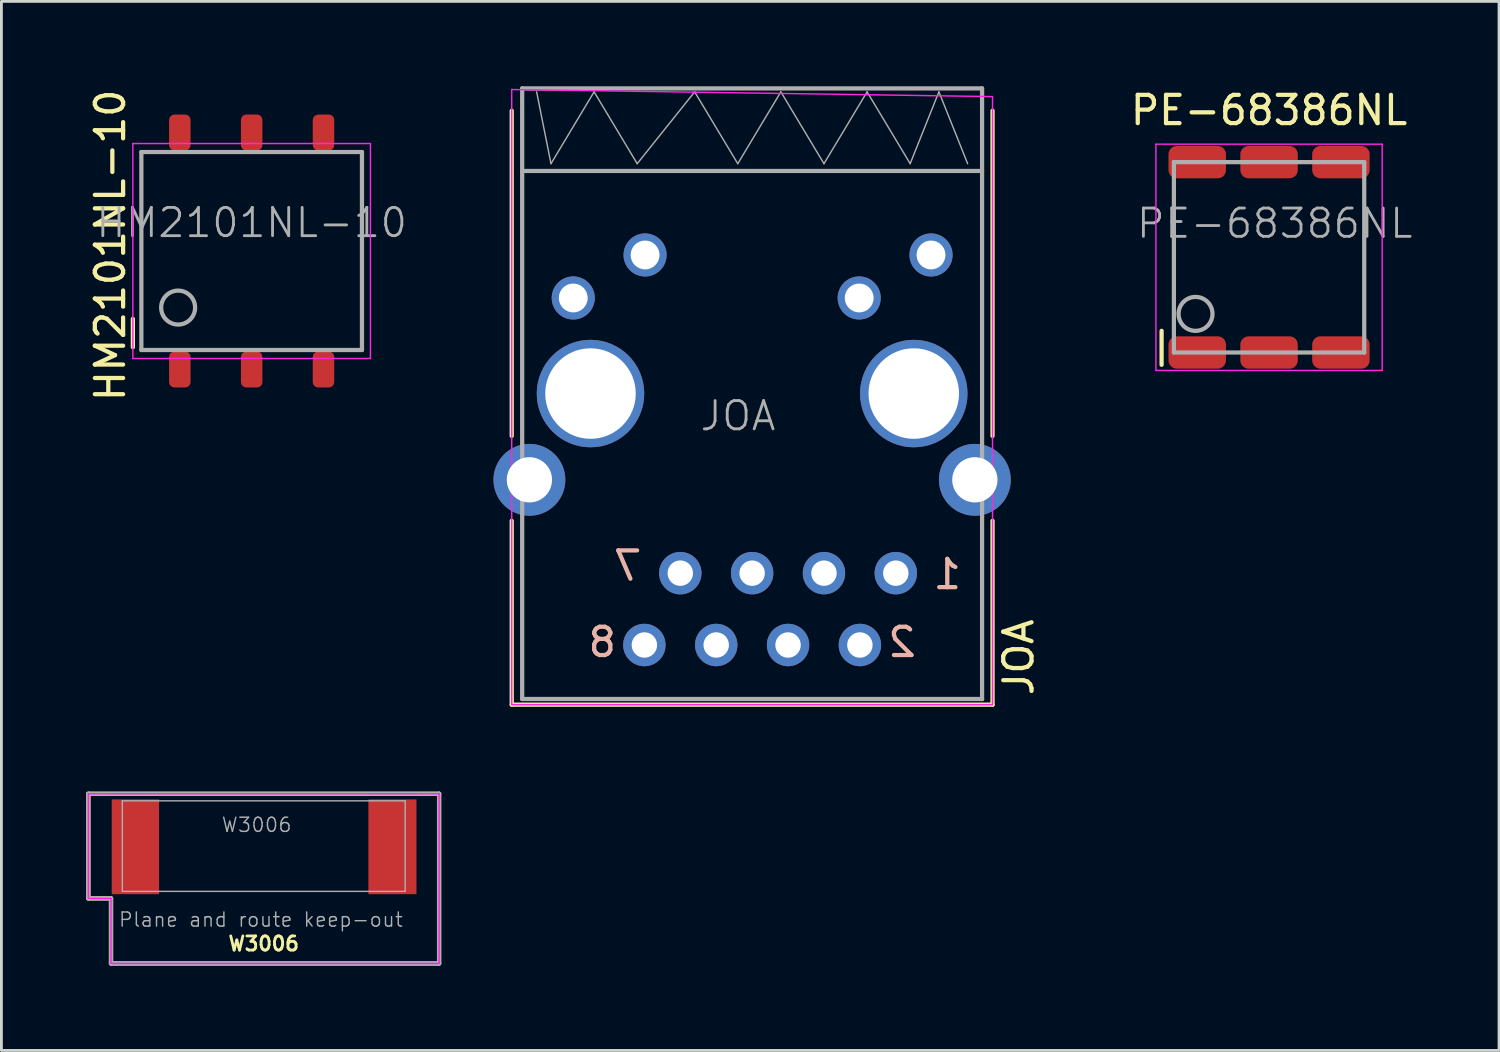
<source format=kicad_pcb>
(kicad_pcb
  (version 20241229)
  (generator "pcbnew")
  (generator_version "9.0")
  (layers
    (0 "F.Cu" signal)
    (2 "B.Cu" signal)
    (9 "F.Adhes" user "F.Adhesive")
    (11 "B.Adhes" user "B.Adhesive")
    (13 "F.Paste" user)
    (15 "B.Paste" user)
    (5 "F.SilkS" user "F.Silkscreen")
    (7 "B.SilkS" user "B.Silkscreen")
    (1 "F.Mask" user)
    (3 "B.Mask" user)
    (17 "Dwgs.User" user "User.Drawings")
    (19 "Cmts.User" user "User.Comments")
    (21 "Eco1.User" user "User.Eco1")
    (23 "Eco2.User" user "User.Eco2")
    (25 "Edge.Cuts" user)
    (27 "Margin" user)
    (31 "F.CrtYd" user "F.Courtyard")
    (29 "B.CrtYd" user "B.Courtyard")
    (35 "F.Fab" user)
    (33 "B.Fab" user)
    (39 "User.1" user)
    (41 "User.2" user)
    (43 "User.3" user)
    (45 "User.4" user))
  (footprint "HM2101NL-10"
    (layer "F.Cu")
    (at 5.848 5.825)
    (property "Reference" "HM2101NL-10" (at -5 -0.2 270) (layer "F.SilkS") (effects (font (size 1 1) (thickness 0.15))))
    (attr smd)
    (fp_line (start -4.2 3.4) (end -4.2 2.4) (stroke (width 0.15) (type solid)) (layer "F.SilkS"))
    (fp_line (start -4.2 3.8) (end -4.2 -3.8) (stroke (width 0.05) (type solid)) (layer "F.CrtYd"))
    (fp_line (start 4.2 -3.8) (end -4.2 -3.8) (stroke (width 0.05) (type solid)) (layer "F.CrtYd"))
    (fp_line (start 4.2 3.8) (end -4.2 3.8) (stroke (width 0.05) (type solid)) (layer "F.CrtYd"))
    (fp_line (start 4.2 3.8) (end 4.2 -3.8) (stroke (width 0.05) (type solid)) (layer "F.CrtYd"))
    (fp_line (start -3.9 -3.5) (end -3.9 3.5) (stroke (width 0.15) (type solid)) (layer "F.Fab"))
    (fp_line (start 3.9 -3.5) (end -3.9 -3.5) (stroke (width 0.15) (type solid)) (layer "F.Fab"))
    (fp_line (start 3.9 -3.5) (end 3.9 3.5) (stroke (width 0.15) (type solid)) (layer "F.Fab"))
    (fp_line (start 3.9 3.5) (end -3.9 3.5) (stroke (width 0.15) (type solid)) (layer "F.Fab"))
    (fp_circle (center -2.6 2) (end -3.2 2) (stroke (width 0.15) (type solid)) (fill no) (layer "F.Fab"))
    (fp_text user "${REFERENCE}" (at 0 -1 0) (layer "F.Fab") (effects (font (size 1 1) (thickness 0.1))))
    (pad "1" smd roundrect (at -2.54 4.19) (size 0.76 1.27) (layers "F.Cu" "F.Mask" "F.Paste") (roundrect_rratio 0.25))
    (pad "2" smd roundrect (at 0 4.19) (size 0.76 1.27) (layers "F.Cu" "F.Mask" "F.Paste") (roundrect_rratio 0.25))
    (pad "3" smd roundrect (at 2.54 4.19) (size 0.76 1.27) (layers "F.Cu" "F.Mask" "F.Paste") (roundrect_rratio 0.25))
    (pad "4" smd roundrect (at 2.54 -4.19) (size 0.76 1.27) (layers "F.Cu" "F.Mask" "F.Paste") (roundrect_rratio 0.25))
    (pad "5" smd roundrect (at 0 -4.19) (size 0.76 1.27) (layers "F.Cu" "F.Mask" "F.Paste") (roundrect_rratio 0.25))
    (pad "6" smd roundrect (at -2.54 -4.19) (size 0.76 1.27) (layers "F.Cu" "F.Mask" "F.Paste") (roundrect_rratio 0.25)))
  (footprint "W3006"
    (layer "F.Cu")
    (at 6.275 26.865)
    (property "Reference" "W3006" (at 0 3.45 0) (layer "F.SilkS") (effects (font (size 0.5 0.5) (thickness 0.1))))
    (attr smd)
    (fp_line (start -6.2 -1.85) (end -6.2 1.85) (stroke (width 0.15) (type solid)) (layer "F.SilkS"))
    (fp_line (start -6.2 1.85) (end -5.4 1.85) (stroke (width 0.15) (type solid)) (layer "F.SilkS"))
    (fp_line (start -5.4 1.85) (end -5.4 4.15) (stroke (width 0.15) (type solid)) (layer "F.SilkS"))
    (fp_line (start -5.4 4.15) (end 6.2 4.15) (stroke (width 0.15) (type solid)) (layer "F.SilkS"))
    (fp_line (start 6.2 -1.85) (end -6.2 -1.85) (stroke (width 0.15) (type solid)) (layer "F.SilkS"))
    (fp_line (start 6.2 4.15) (end 6.2 -1.85) (stroke (width 0.15) (type solid)) (layer "F.SilkS"))
    (fp_line (start -6.2 -1.85) (end 6.2 -1.85) (stroke (width 0.05) (type solid)) (layer "F.CrtYd"))
    (fp_line (start -6.2 1.85) (end -6.2 -1.85) (stroke (width 0.05) (type solid)) (layer "F.CrtYd"))
    (fp_line (start -6.15 1.85) (end -5.4 1.85) (stroke (width 0.05) (type solid)) (layer "F.CrtYd"))
    (fp_line (start -5.4 1.85) (end -5.4 4.15) (stroke (width 0.05) (type solid)) (layer "F.CrtYd"))
    (fp_line (start 6.2 -1.85) (end 6.2 4.15) (stroke (width 0.05) (type solid)) (layer "F.CrtYd"))
    (fp_line (start 6.2 4.15) (end -5.4 4.15) (stroke (width 0.05) (type solid)) (layer "F.CrtYd"))
    (fp_line (start -6.2 -1.85) (end -6.2 1.85) (stroke (width 0.15) (type solid)) (layer "F.Fab"))
    (fp_line (start -6.2 -1.85) (end 6.2 -1.85) (stroke (width 0.15) (type solid)) (layer "F.Fab"))
    (fp_line (start -6.2 1.85) (end -5.4 1.85) (stroke (width 0.15) (type solid)) (layer "F.Fab"))
    (fp_line (start -5.4 4.15) (end -5.4 1.85) (stroke (width 0.15) (type solid)) (layer "F.Fab"))
    (fp_line (start -5 -1.6) (end -5 1.6) (stroke (width 0.05) (type solid)) (layer "F.Fab"))
    (fp_line (start -5 1.6) (end 5 1.6) (stroke (width 0.05) (type solid)) (layer "F.Fab"))
    (fp_line (start 5 -1.6) (end -5 -1.6) (stroke (width 0.05) (type solid)) (layer "F.Fab"))
    (fp_line (start 5 1.6) (end 5 -1.6) (stroke (width 0.05) (type solid)) (layer "F.Fab"))
    (fp_line (start 6.2 -1.85) (end 6.2 4.15) (stroke (width 0.15) (type solid)) (layer "F.Fab"))
    (fp_line (start 6.2 4.15) (end -5.4 4.15) (stroke (width 0.15) (type solid)) (layer "F.Fab"))
    (fp_text user "Plane and route keep-out" (at -0.1 2.6 0) (layer "F.Fab") (effects (font (size 0.5 0.5) (thickness 0.05))))
    (fp_text user "${REFERENCE}" (at -0.25 -0.75 0) (layer "F.Fab") (effects (font (size 0.5 0.5) (thickness 0.05))))
    (pad "1" smd rect (at -4.537 0.025) (size 1.675 3.35) (layers "F.Cu" "F.Mask" "F.Paste"))
    (pad "2" smd rect (at 4.55 0.025 180) (size 1.7 3.35) (layers "F.Cu" "F.Mask" "F.Paste")))
  (footprint "JOA"
    (layer "F.Cu")
    (at 23.543 10.865)
    (property "Reference" "JOA" (at 9.423 9.324 90) (layer "F.SilkS") (effects (font (size 1 1) (thickness 0.15))))
    (attr through_hole)
    (fp_line (start -8.5 1.5) (end -8.5 -10) (stroke (width 0.15) (type solid)) (layer "F.SilkS"))
    (fp_line (start -8.5 11) (end -8.5 4.5) (stroke (width 0.15) (type solid)) (layer "F.SilkS"))
    (fp_line (start 8.5 1.5) (end 8.5 -10) (stroke (width 0.15) (type solid)) (layer "F.SilkS"))
    (fp_line (start 8.5 11) (end -8.5 11) (stroke (width 0.15) (type solid)) (layer "F.SilkS"))
    (fp_line (start 8.5 11) (end 8.5 4.5) (stroke (width 0.15) (type solid)) (layer "F.SilkS"))
    (fp_line (start -8.5 11) (end -8.5 -10.75) (stroke (width 0.05) (type solid)) (layer "F.CrtYd"))
    (fp_line (start 8.5 -10.5) (end -8.5 -10.75) (stroke (width 0.05) (type solid)) (layer "F.CrtYd"))
    (fp_line (start 8.5 11) (end -8.5 11) (stroke (width 0.05) (type solid)) (layer "F.CrtYd"))
    (fp_line (start 8.5 11) (end 8.5 -10.5) (stroke (width 0.05) (type solid)) (layer "F.CrtYd"))
    (fp_line (start -8.13 -10.79) (end -8.13 10.8) (stroke (width 0.15) (type solid)) (layer "F.Fab"))
    (fp_line (start -7.62 -10.668) (end -7.112 -8.128) (stroke (width 0.05) (type solid)) (layer "F.Fab"))
    (fp_line (start -7.112 -8.128) (end -5.588 -10.668) (stroke (width 0.05) (type solid)) (layer "F.Fab"))
    (fp_line (start -5.588 -10.668) (end -4.064 -8.128) (stroke (width 0.05) (type solid)) (layer "F.Fab"))
    (fp_line (start -4.064 -8.128) (end -2.032 -10.668) (stroke (width 0.05) (type solid)) (layer "F.Fab"))
    (fp_line (start -2.032 -10.668) (end -0.508 -8.128) (stroke (width 0.05) (type solid)) (layer "F.Fab"))
    (fp_line (start -0.508 -8.128) (end 1.016 -10.668) (stroke (width 0.05) (type solid)) (layer "F.Fab"))
    (fp_line (start 1.016 -10.668) (end 2.54 -8.128) (stroke (width 0.05) (type solid)) (layer "F.Fab"))
    (fp_line (start 2.54 -8.128) (end 4.064 -10.668) (stroke (width 0.05) (type solid)) (layer "F.Fab"))
    (fp_line (start 4.064 -10.668) (end 5.588 -8.128) (stroke (width 0.05) (type solid)) (layer "F.Fab"))
    (fp_line (start 5.588 -8.128) (end 6.604 -10.668) (stroke (width 0.05) (type solid)) (layer "F.Fab"))
    (fp_line (start 6.604 -10.668) (end 7.62 -8.128) (stroke (width 0.05) (type solid)) (layer "F.Fab"))
    (fp_line (start 8.13 -10.79) (end -8.13 -10.79) (stroke (width 0.15) (type solid)) (layer "F.Fab"))
    (fp_line (start 8.13 -10.79) (end 8.13 10.8) (stroke (width 0.15) (type solid)) (layer "F.Fab"))
    (fp_line (start 8.13 -7.87) (end -8.13 -7.87) (stroke (width 0.15) (type solid)) (layer "F.Fab"))
    (fp_line (start 8.13 10.8) (end -8.13 10.8) (stroke (width 0.15) (type solid)) (layer "F.Fab"))
    (fp_text user "8" (at -5.3 8.79 180) (layer "B.SilkS") (effects (font (size 1 1) (thickness 0.15)) (justify mirror)))
    (fp_text user "1" (at 6.9 6.39 180) (layer "B.SilkS") (effects (font (size 1 1) (thickness 0.15)) (justify mirror)))
    (fp_text user "2" (at 5.3 8.79 180) (layer "B.SilkS") (effects (font (size 1 1) (thickness 0.15)) (justify mirror)))
    (fp_text user "7" (at -4.4 6.09 180) (layer "B.SilkS") (effects (font (size 1 1) (thickness 0.15)) (justify mirror)))
    (fp_text user "${REFERENCE}" (at -0.5 0.79 0) (layer "F.Fab") (effects (font (size 1 1) (thickness 0.1))))
    (pad "" np_thru_hole circle (at -5.715 0 180) (size 3.8 3.8) (drill 3.2) (layers "*.Cu" "*.Mask"))
    (pad "" np_thru_hole circle (at 5.715 0 180) (size 3.8 3.8) (drill 3.2) (layers "*.Cu" "*.Mask"))
    (pad "1" thru_hole circle (at 5.08 6.35) (size 1.5 1.5) (drill 0.9) (layers "*.Cu" "*.Mask"))
    (pad "2" thru_hole circle (at 3.81 8.89) (size 1.5 1.5) (drill 0.9) (layers "*.Cu" "*.Mask"))
    (pad "3" thru_hole circle (at 2.54 6.35) (size 1.5 1.5) (drill 0.9) (layers "*.Cu" "*.Mask"))
    (pad "4" thru_hole circle (at 1.27 8.89) (size 1.5 1.5) (drill 0.9) (layers "*.Cu" "*.Mask"))
    (pad "5" thru_hole circle (at 0 6.35) (size 1.5 1.5) (drill 0.9) (layers "*.Cu" "*.Mask"))
    (pad "6" thru_hole circle (at -1.27 8.89) (size 1.5 1.5) (drill 0.9) (layers "*.Cu" "*.Mask"))
    (pad "7" thru_hole circle (at -2.54 6.35) (size 1.5 1.5) (drill 0.9) (layers "*.Cu" "*.Mask"))
    (pad "8" thru_hole circle (at -3.81 8.89) (size 1.5 1.5) (drill 0.9) (layers "*.Cu" "*.Mask"))
    (pad "9" thru_hole circle (at 6.325 -4.9 180) (size 1.524 1.524) (drill 1.02) (layers "*.Cu" "*.Mask"))
    (pad "10" thru_hole circle (at 3.785 -3.38 180) (size 1.524 1.524) (drill 1.02) (layers "*.Cu" "*.Mask"))
    (pad "11" thru_hole circle (at -3.785 -4.9 180) (size 1.524 1.524) (drill 1.02) (layers "*.Cu" "*.Mask"))
    (pad "12" thru_hole circle (at -6.325 -3.38 180) (size 1.524 1.524) (drill 1.02) (layers "*.Cu" "*.Mask"))
    (pad "13" thru_hole circle (at 7.875 3.05 180) (size 2.54 2.54) (drill 1.6) (layers "*.Cu" "*.Mask"))
    (pad "14" thru_hole circle (at -7.875 3.05 180) (size 2.54 2.54) (drill 1.6) (layers "*.Cu" "*.Mask")))
  (footprint "PE-68386NL"
    (layer "F.Cu")
    (at 41.82 6.048)
    (property "Reference" "PE-68386NL" (at 0 -5.2 180) (layer "F.SilkS") (effects (font (size 1 1) (thickness 0.15))))
    (attr smd)
    (fp_line (start -3.8 3.8) (end -3.8 2.6) (stroke (width 0.15) (type solid)) (layer "F.SilkS"))
    (fp_line (start -4 4) (end -4 -4) (stroke (width 0.05) (type solid)) (layer "F.CrtYd"))
    (fp_line (start 4 -4) (end -4 -4) (stroke (width 0.05) (type solid)) (layer "F.CrtYd"))
    (fp_line (start 4 4) (end -4 4) (stroke (width 0.05) (type solid)) (layer "F.CrtYd"))
    (fp_line (start 4 4) (end 4 -4) (stroke (width 0.05) (type solid)) (layer "F.CrtYd"))
    (fp_line (start -3.365 -3.365) (end -3.365 3.365) (stroke (width 0.15) (type solid)) (layer "F.Fab"))
    (fp_line (start 3.365 -3.365) (end -3.365 -3.365) (stroke (width 0.15) (type solid)) (layer "F.Fab"))
    (fp_line (start 3.365 -3.365) (end 3.365 3.365) (stroke (width 0.15) (type solid)) (layer "F.Fab"))
    (fp_line (start 3.365 3.365) (end -3.365 3.365) (stroke (width 0.15) (type solid)) (layer "F.Fab"))
    (fp_circle (center -2.6 2) (end -3.2 2) (stroke (width 0.15) (type solid)) (fill no) (layer "F.Fab"))
    (fp_text user "${REFERENCE}" (at 0.2 -1.2 0) (layer "F.Fab") (effects (font (size 1 1) (thickness 0.1))))
    (pad "" smd roundrect (at 0 -3.365) (size 2.032 1.143) (layers "F.Cu" "F.Mask" "F.Paste") (roundrect_rratio 0.25))
    (pad "" smd roundrect (at 0 3.365) (size 2.032 1.143) (layers "F.Cu" "F.Mask" "F.Paste") (roundrect_rratio 0.25))
    (pad "1" smd roundrect (at -2.54 3.365) (size 2.032 1.143) (layers "F.Cu" "F.Mask" "F.Paste") (roundrect_rratio 0.25))
    (pad "3" smd roundrect (at 2.54 3.365) (size 2.032 1.143) (layers "F.Cu" "F.Mask" "F.Paste") (roundrect_rratio 0.25))
    (pad "4" smd roundrect (at 2.54 -3.365) (size 2.032 1.143) (layers "F.Cu" "F.Mask" "F.Paste") (roundrect_rratio 0.25))
    (pad "6" smd roundrect (at -2.54 -3.365) (size 2.032 1.143) (layers "F.Cu" "F.Mask" "F.Paste") (roundrect_rratio 0.25)))
  (gr_rect
    (start -3 -3)
    (end 49.951 34.09)
    (stroke (width 0.1) (type default))
    (fill no)
    (layer "Edge.Cuts")))
</source>
